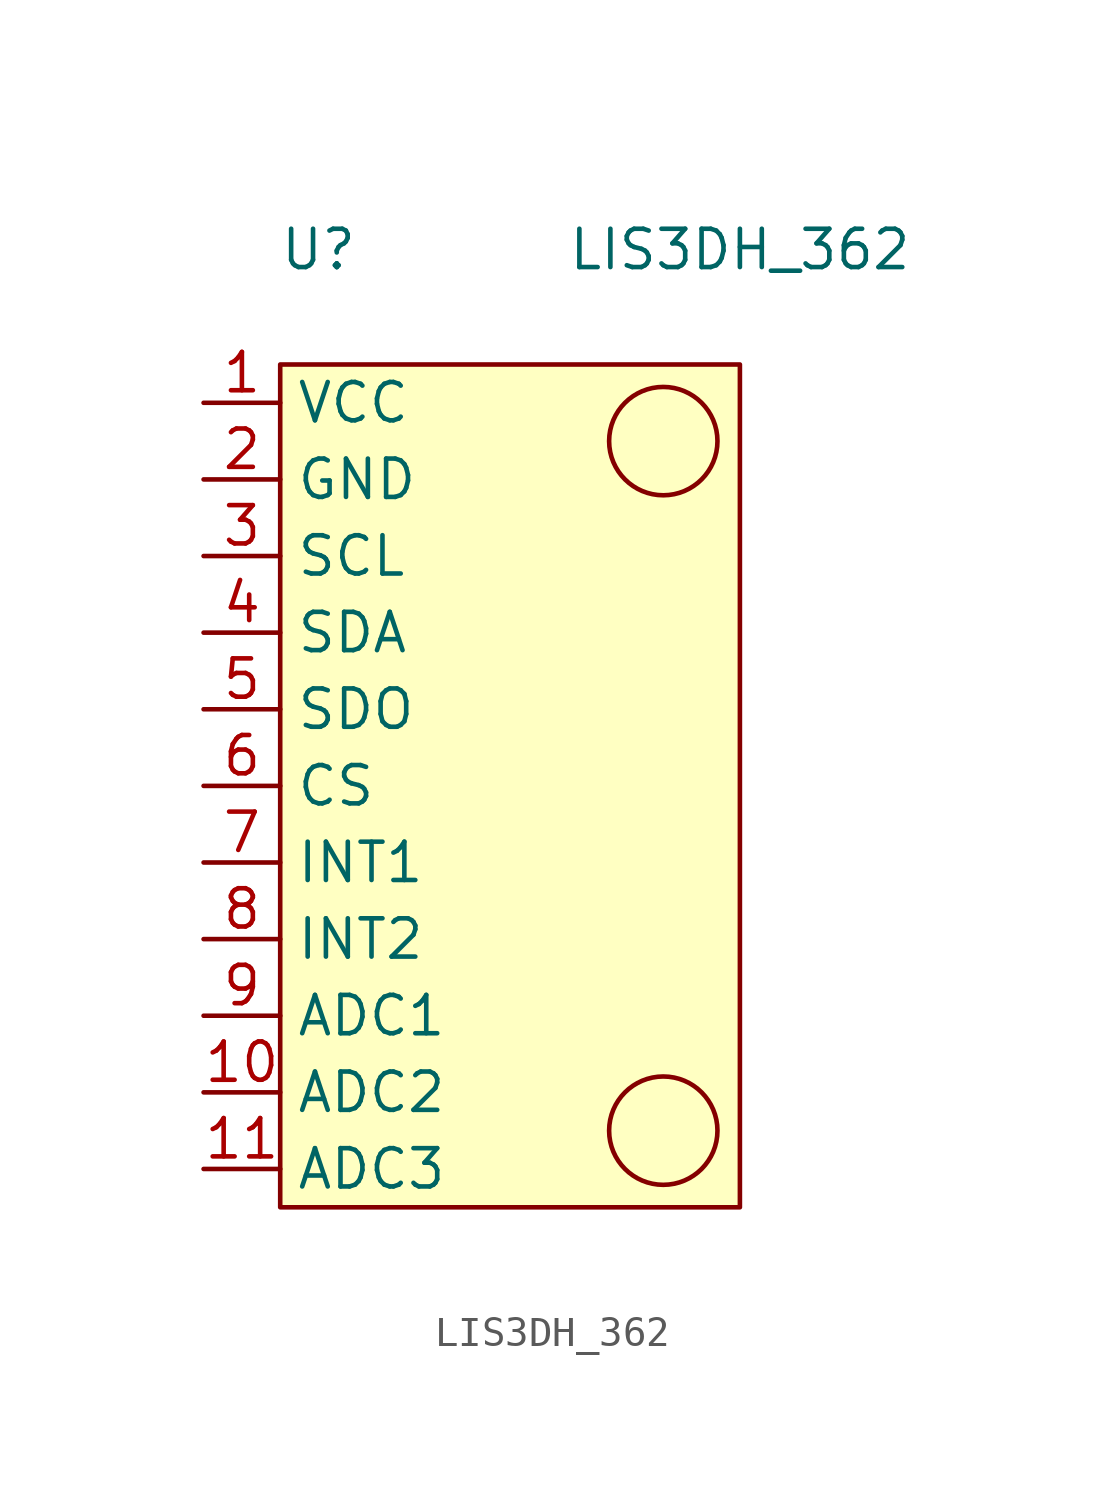
<source format=kicad_sym>
(kicad_symbol_lib
  (version 20211014)
  (generator kicad_symbol_editor)
  (symbol "LIS3DH_362"
    (property "Reference" "U"
      (at -7.62 11.43 0)
      (effects (font (size 1.27 1.27))))
    (property "Value" "LIS3DH_362"
      (at 6.35 11.43 0)
      (effects (font (size 1.27 1.27))))
    (symbol "LIS3DH_362_0_1"
      (rectangle (start -8.89 7.62) (end 6.35 -20.32) (stroke (width 0) (type default) (color 0 0 0 0)) (fill (type background)))
      (circle (center 3.81 -17.78) (radius 1.796) (stroke (width 0) (type default) (color 0 0 0 0)) (fill (type none)))
      (circle (center 3.81 5.08) (radius 1.796) (stroke (width 0) (type default) (color 0 0 0 0)) (fill (type none))))
    (symbol "LIS3DH_362_1_1"
      (pin power_in line (at -11.43 6.35 0) (length 2.54) (name "VCC" (effects (font (size 1.27 1.27)))) (number "1" (effects (font (size 1.27 1.27)))))
      (pin output line (at -11.43 -16.51 0) (length 2.54) (name "ADC2" (effects (font (size 1.27 1.27)))) (number "10" (effects (font (size 1.27 1.27)))))
      (pin output line (at -11.43 -19.05 0) (length 2.54) (name "ADC3" (effects (font (size 1.27 1.27)))) (number "11" (effects (font (size 1.27 1.27)))))
      (pin power_in line (at -11.43 3.81 0) (length 2.54) (name "GND" (effects (font (size 1.27 1.27)))) (number "2" (effects (font (size 1.27 1.27)))))
      (pin input line (at -11.43 1.27 0) (length 2.54) (name "SCL" (effects (font (size 1.27 1.27)))) (number "3" (effects (font (size 1.27 1.27)))))
      (pin bidirectional line (at -11.43 -1.27 0) (length 2.54) (name "SDA" (effects (font (size 1.27 1.27)))) (number "4" (effects (font (size 1.27 1.27)))))
      (pin output line (at -11.43 -3.81 0) (length 2.54) (name "SDO" (effects (font (size 1.27 1.27)))) (number "5" (effects (font (size 1.27 1.27)))))
      (pin input line (at -11.43 -6.35 0) (length 2.54) (name "CS" (effects (font (size 1.27 1.27)))) (number "6" (effects (font (size 1.27 1.27)))))
      (pin output line (at -11.43 -8.89 0) (length 2.54) (name "INT1" (effects (font (size 1.27 1.27)))) (number "7" (effects (font (size 1.27 1.27)))))
      (pin output line (at -11.43 -11.43 0) (length 2.54) (name "INT2" (effects (font (size 1.27 1.27)))) (number "8" (effects (font (size 1.27 1.27)))))
      (pin output line (at -11.43 -13.97 0) (length 2.54) (name "ADC1" (effects (font (size 1.27 1.27)))) (number "9" (effects (font (size 1.27 1.27))))))))
</source>
